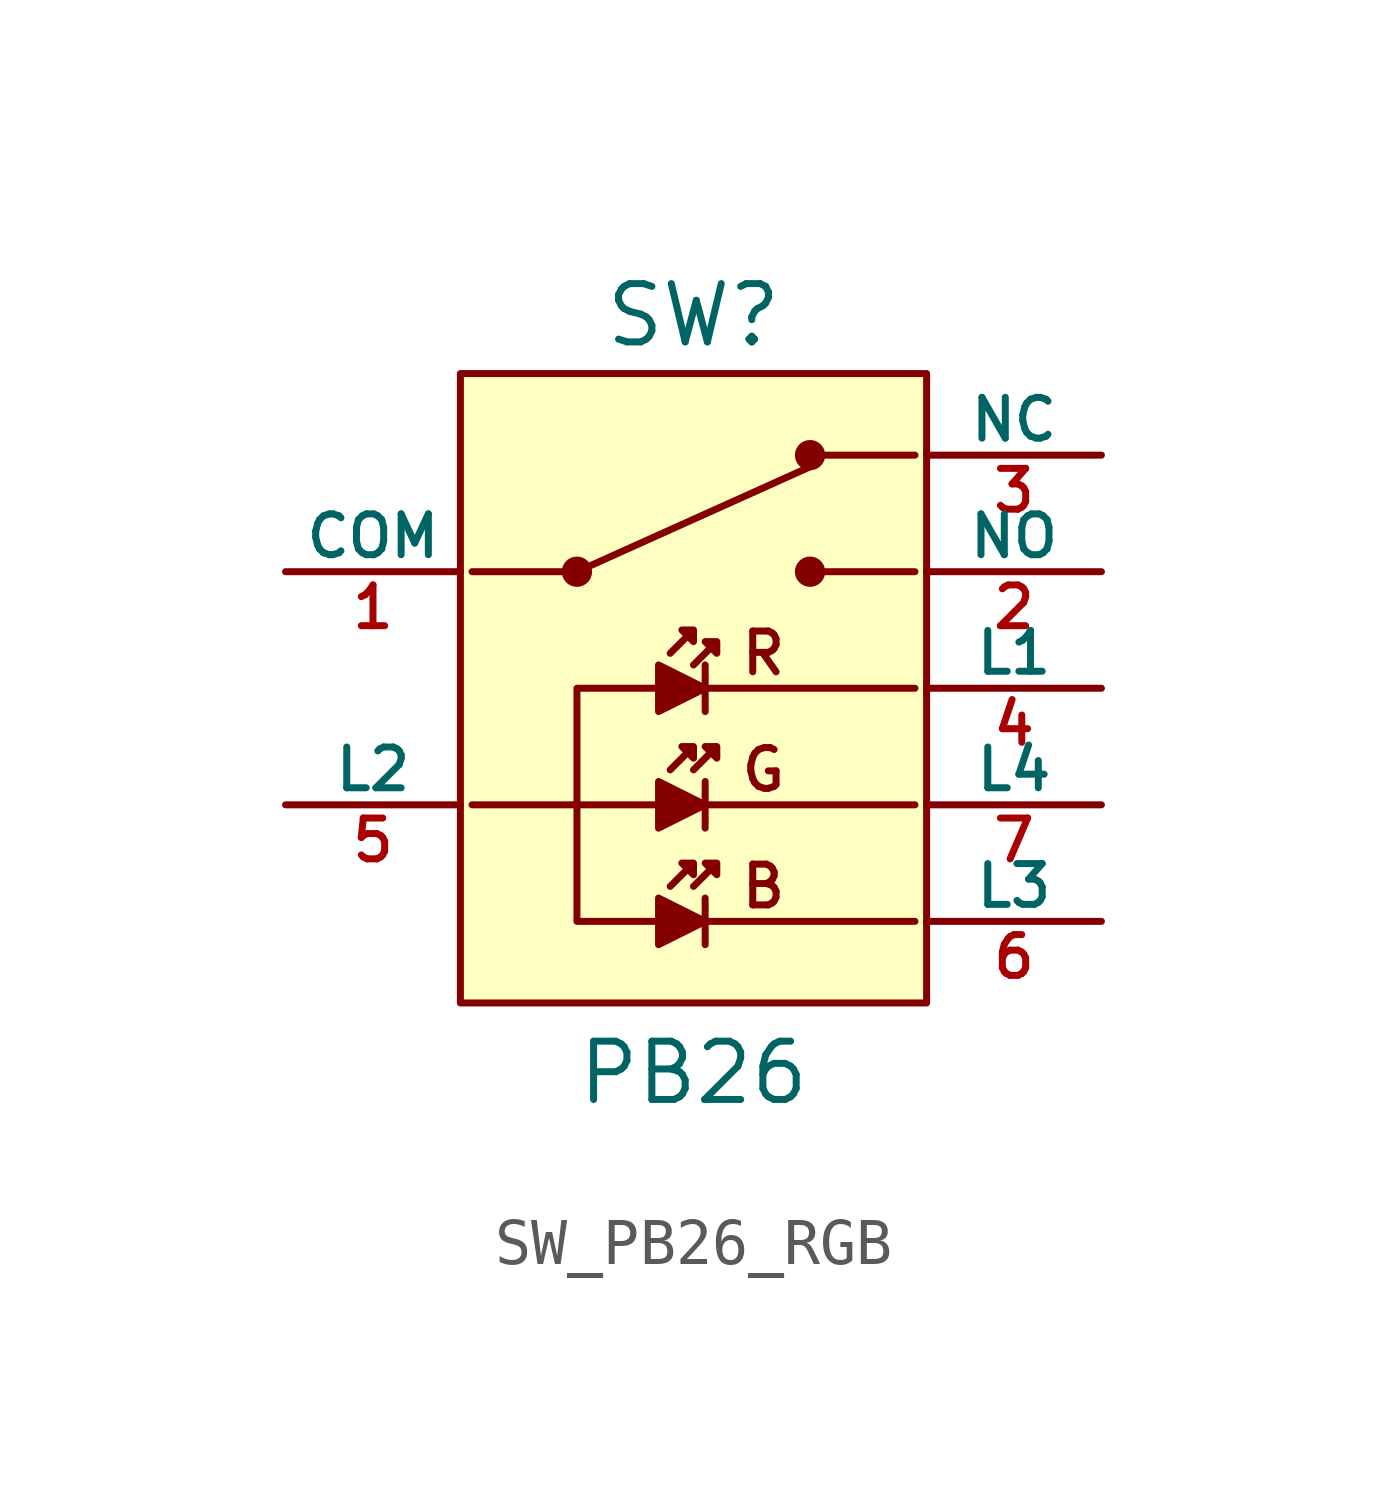
<source format=kicad_sym>
(kicad_symbol_lib
  (version 20241209)
  (generator "kicad_symbol_editor")
  (generator_version "9.0")
  (symbol "SW_PB26_RGB"
    (pin_names
      (offset 0))
    (property "Reference" "SW"
      (at 0 8.128 0)
      (effects (font (size 1.27 1.27))))
    (property "Value" "PB26"
      (at 0 -8.382 0)
      (effects (font (size 1.27 1.27))))
    (symbol "SW_PB26_RGB_1_1"
      (rectangle (start -5.08 6.858) (end 5.08 -6.858) (stroke (width 0) (type solid)) (fill (type background)))
      (circle (center -2.54 2.54) (radius 0.254) (stroke (width 0) (type solid)) (fill (type outline)))
      (polyline (pts (xy -2.54 2.54) (xy -4.826 2.54)) (stroke (width 0) (type default)) (fill (type none)))
      (polyline (pts (xy -2.54 2.54) (xy 2.54 4.826)) (stroke (width 0) (type default)) (fill (type none)))
      (polyline (pts (xy -0.762 0) (xy -2.54 0) (xy -2.54 -5.08) (xy -0.762 -5.08)) (stroke (width 0) (type default)) (fill (type none)))
      (polyline (pts (xy -0.762 -2.54) (xy -4.826 -2.54)) (stroke (width 0) (type default)) (fill (type none)))
      (polyline (pts (xy -0.508 0.762) (xy 0 1.27) (xy -0.254 1.27) (xy 0 1.016) (xy 0 1.27)) (stroke (width 0) (type default)) (fill (type none)))
      (polyline (pts (xy -0.508 -1.778) (xy 0 -1.27) (xy -0.254 -1.27) (xy 0 -1.524) (xy 0 -1.27)) (stroke (width 0) (type default)) (fill (type none)))
      (polyline (pts (xy -0.508 -4.318) (xy 0 -3.81) (xy -0.254 -3.81) (xy 0 -4.064) (xy 0 -3.81)) (stroke (width 0) (type default)) (fill (type none)))
      (polyline (pts (xy 0 0.508) (xy 0.508 1.016) (xy 0.254 1.016) (xy 0.508 0.762) (xy 0.508 1.016)) (stroke (width 0) (type default)) (fill (type none)))
      (polyline (pts (xy 0 -1.778) (xy 0.508 -1.27) (xy 0.254 -1.27) (xy 0.508 -1.524) (xy 0.508 -1.27)) (stroke (width 0) (type default)) (fill (type none)))
      (polyline (pts (xy 0 -4.318) (xy 0.508 -3.81) (xy 0.254 -3.81) (xy 0.508 -4.064) (xy 0.508 -3.81)) (stroke (width 0) (type default)) (fill (type none)))
      (polyline (pts (xy 0.254 0.508) (xy 0.254 -0.508)) (stroke (width 0) (type default)) (fill (type none)))
      (polyline (pts (xy 0.254 0) (xy 4.826 0)) (stroke (width 0) (type default)) (fill (type none)))
      (polyline (pts (xy 0.254 0) (xy -0.762 0.508) (xy -0.762 -0.508) (xy 0.254 0)) (stroke (width 0) (type solid)) (fill (type outline)))
      (polyline (pts (xy 0.254 -2.032) (xy 0.254 -3.048)) (stroke (width 0) (type default)) (fill (type none)))
      (polyline (pts (xy 0.254 -2.54) (xy 4.826 -2.54)) (stroke (width 0) (type default)) (fill (type none)))
      (polyline (pts (xy 0.254 -2.54) (xy -0.762 -2.032) (xy -0.762 -3.048) (xy 0.254 -2.54)) (stroke (width 0) (type solid)) (fill (type outline)))
      (polyline (pts (xy 0.254 -4.572) (xy 0.254 -5.588)) (stroke (width 0) (type default)) (fill (type none)))
      (polyline (pts (xy 0.254 -5.08) (xy 4.826 -5.08)) (stroke (width 0) (type default)) (fill (type none)))
      (polyline (pts (xy 0.254 -5.08) (xy -0.762 -4.572) (xy -0.762 -5.588) (xy 0.254 -5.08)) (stroke (width 0) (type solid)) (fill (type outline)))
      (circle (center 2.54 5.08) (radius 0.254) (stroke (width 0) (type solid)) (fill (type outline)))
      (circle (center 2.54 2.54) (radius 0.254) (stroke (width 0) (type solid)) (fill (type outline)))
      (polyline (pts (xy 4.826 5.08) (xy 2.54 5.08)) (stroke (width 0) (type default)) (fill (type none)))
      (polyline (pts (xy 4.826 2.54) (xy 2.54 2.54)) (stroke (width 0) (type default)) (fill (type none)))
      (text "R" (at 1.524 0.762 0) (effects (font (size 0.889 0.889))))
      (text "G" (at 1.524 -1.778 0) (effects (font (size 0.889 0.889))))
      (text "B" (at 1.524 -4.318 0) (effects (font (size 0.889 0.889))))
      (pin passive line (at -8.89 2.54 0) (length 3.81) (name "COM" (effects (font (size 0.889 0.889)))) (number "1" (effects (font (size 0.889 0.889)))))
      (pin passive line (at -8.89 -2.54 0) (length 3.81) (name "L2" (effects (font (size 0.889 0.889)))) (number "5" (effects (font (size 0.889 0.889)))))
      (pin passive line (at 8.89 5.08 180) (length 3.81) (name "NC" (effects (font (size 0.889 0.889)))) (number "3" (effects (font (size 0.889 0.889)))))
      (pin passive line (at 8.89 2.54 180) (length 3.81) (name "NO" (effects (font (size 0.889 0.889)))) (number "2" (effects (font (size 0.889 0.889)))))
      (pin passive line (at 8.89 0 180) (length 3.81) (name "L1" (effects (font (size 0.889 0.889)))) (number "4" (effects (font (size 0.889 0.889)))))
      (pin passive line (at 8.89 -2.54 180) (length 3.81) (name "L4" (effects (font (size 0.889 0.889)))) (number "7" (effects (font (size 0.889 0.889)))))
      (pin passive line (at 8.89 -5.08 180) (length 3.81) (name "L3" (effects (font (size 0.889 0.889)))) (number "6" (effects (font (size 0.889 0.889))))))))
</source>
